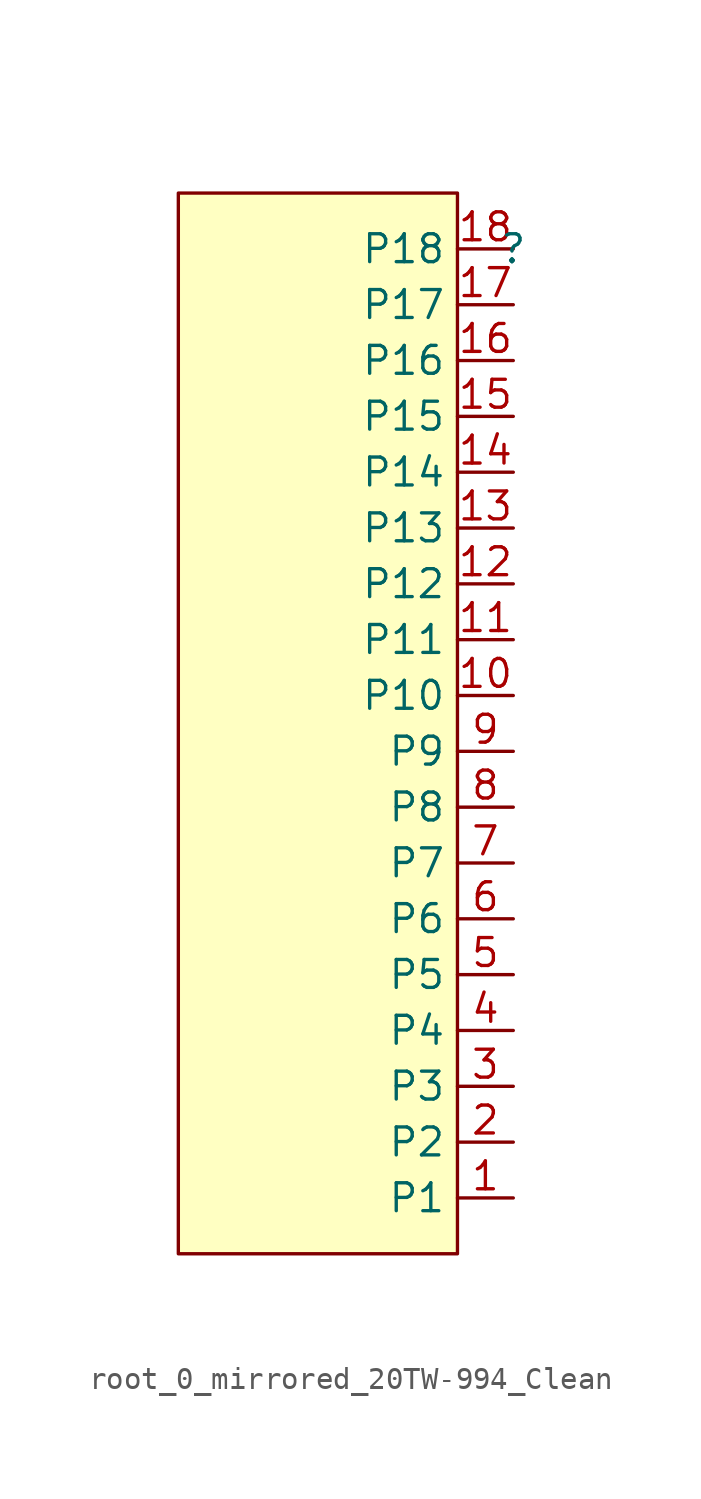
<source format=kicad_sym>
(kicad_symbol_lib
  (version 20241209)
  (generator "kicad_symbol_editor")
  (generator_version "9.0")
  (symbol "root_0_mirrored_20TW-994_Clean"
    (property "Reference" ""
      (at 0 0 0)
      (effects (font (size 1.27 1.27))))
    (property "Value" ""
      (at 0 0 0)
      (effects (font (size 1.27 1.27))))
    (symbol "root_0_mirrored_20TW-994_Clean_1_0"
      (rectangle (start -2.54 2.54) (end -15.24 -45.72) (stroke (width 0) (type solid) (color 128 0 0 1)) (fill (type background)))
      (pin passive line (at 0 0 180) (length 2.54) (name "P18" (effects (font (size 1.27 1.27)))) (number "18" (effects (font (size 1.27 1.27)))))
      (pin passive line (at 0 -2.54 180) (length 2.54) (name "P17" (effects (font (size 1.27 1.27)))) (number "17" (effects (font (size 1.27 1.27)))))
      (pin passive line (at 0 -5.08 180) (length 2.54) (name "P16" (effects (font (size 1.27 1.27)))) (number "16" (effects (font (size 1.27 1.27)))))
      (pin passive line (at 0 -7.62 180) (length 2.54) (name "P15" (effects (font (size 1.27 1.27)))) (number "15" (effects (font (size 1.27 1.27)))))
      (pin passive line (at 0 -10.16 180) (length 2.54) (name "P14" (effects (font (size 1.27 1.27)))) (number "14" (effects (font (size 1.27 1.27)))))
      (pin passive line (at 0 -12.7 180) (length 2.54) (name "P13" (effects (font (size 1.27 1.27)))) (number "13" (effects (font (size 1.27 1.27)))))
      (pin passive line (at 0 -15.24 180) (length 2.54) (name "P12" (effects (font (size 1.27 1.27)))) (number "12" (effects (font (size 1.27 1.27)))))
      (pin passive line (at 0 -17.78 180) (length 2.54) (name "P11" (effects (font (size 1.27 1.27)))) (number "11" (effects (font (size 1.27 1.27)))))
      (pin passive line (at 0 -20.32 180) (length 2.54) (name "P10" (effects (font (size 1.27 1.27)))) (number "10" (effects (font (size 1.27 1.27)))))
      (pin passive line (at 0 -22.86 180) (length 2.54) (name "P9" (effects (font (size 1.27 1.27)))) (number "9" (effects (font (size 1.27 1.27)))))
      (pin passive line (at 0 -25.4 180) (length 2.54) (name "P8" (effects (font (size 1.27 1.27)))) (number "8" (effects (font (size 1.27 1.27)))))
      (pin passive line (at 0 -27.94 180) (length 2.54) (name "P7" (effects (font (size 1.27 1.27)))) (number "7" (effects (font (size 1.27 1.27)))))
      (pin passive line (at 0 -30.48 180) (length 2.54) (name "P6" (effects (font (size 1.27 1.27)))) (number "6" (effects (font (size 1.27 1.27)))))
      (pin passive line (at 0 -33.02 180) (length 2.54) (name "P5" (effects (font (size 1.27 1.27)))) (number "5" (effects (font (size 1.27 1.27)))))
      (pin passive line (at 0 -35.56 180) (length 2.54) (name "P4" (effects (font (size 1.27 1.27)))) (number "4" (effects (font (size 1.27 1.27)))))
      (pin passive line (at 0 -38.1 180) (length 2.54) (name "P3" (effects (font (size 1.27 1.27)))) (number "3" (effects (font (size 1.27 1.27)))))
      (pin passive line (at 0 -40.64 180) (length 2.54) (name "P2" (effects (font (size 1.27 1.27)))) (number "2" (effects (font (size 1.27 1.27)))))
      (pin passive line (at 0 -43.18 180) (length 2.54) (name "P1" (effects (font (size 1.27 1.27)))) (number "1" (effects (font (size 1.27 1.27))))))))
</source>
